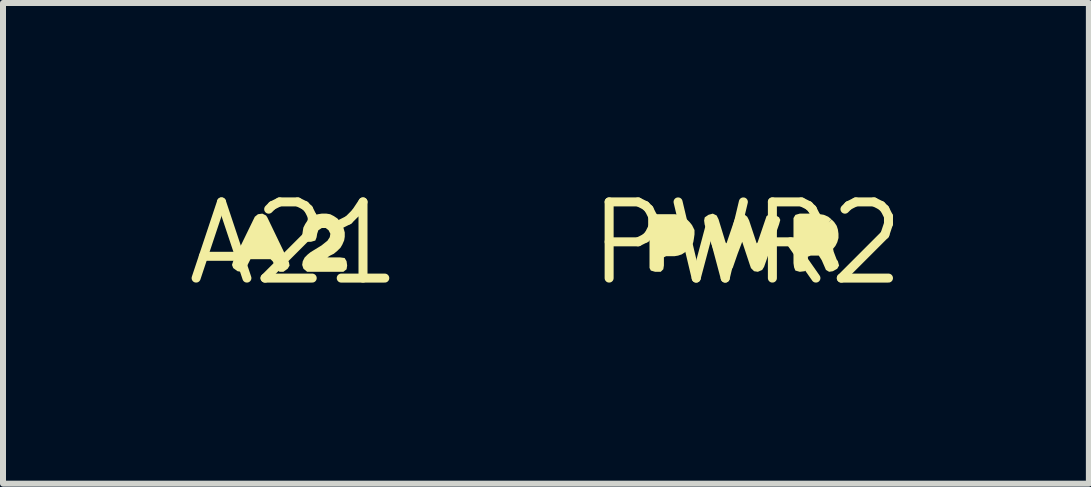
<source format=kicad_pcb>
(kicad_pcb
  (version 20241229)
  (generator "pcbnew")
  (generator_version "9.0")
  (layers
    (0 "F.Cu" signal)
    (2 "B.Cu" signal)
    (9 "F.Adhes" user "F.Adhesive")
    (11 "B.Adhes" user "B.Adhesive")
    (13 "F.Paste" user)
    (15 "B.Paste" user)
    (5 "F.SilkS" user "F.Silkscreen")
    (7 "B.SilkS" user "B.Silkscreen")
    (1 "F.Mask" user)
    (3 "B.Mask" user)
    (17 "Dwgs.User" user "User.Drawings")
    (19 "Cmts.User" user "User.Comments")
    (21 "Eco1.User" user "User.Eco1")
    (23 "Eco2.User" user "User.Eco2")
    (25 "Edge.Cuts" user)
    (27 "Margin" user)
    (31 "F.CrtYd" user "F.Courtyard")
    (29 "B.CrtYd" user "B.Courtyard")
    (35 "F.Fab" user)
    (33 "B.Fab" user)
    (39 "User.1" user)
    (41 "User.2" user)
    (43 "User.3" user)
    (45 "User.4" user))
  (footprint "PWR2"
    (layer "F.Cu")
    (at 9.402 1.006)
    (property "Reference" "PWR2" (at 0 0 0) (layer "F.SilkS") (effects (font (size 1.27 1.27) (thickness 0.15))))
    (fp_poly (pts (xy -1.128 -0.475) (xy -1.067 -0.444) (xy -1.007 -0.404) (xy -0.956 -0.353) (xy -0.916 -0.303) (xy -0.875 -0.221) (xy -0.875 -0.15) (xy -0.885 -0.079) (xy -0.895 -0.019) (xy -0.926 0.053) (xy -0.967 0.104) (xy -1.084 0.182) (xy -1.083 0.183) (xy -1.088 0.185) (xy -1.092 0.187) (xy -1.093 0.186) (xy -1.149 0.205) (xy -1.21 0.215) (xy -1.349 0.215) (xy -1.385 0.233) (xy -1.385 0.37) (xy -1.395 0.432) (xy -1.438 0.475) (xy -1.531 0.475) (xy -1.603 0.454) (xy -1.625 0.411) (xy -1.625 -0.411) (xy -1.604 -0.464) (xy -1.541 -0.485) (xy -1.2 -0.485)) (stroke (width 0) (type default)) (fill yes) (layer "F.SilkS"))
    (fp_poly (pts (xy 0.462 -0.475) (xy 0.534 -0.434) (xy 0.555 -0.39) (xy 0.535 -0.318) (xy 0.285 0.392) (xy 0.253 0.444) (xy 0.181 0.475) (xy 0.118 0.465) (xy 0.066 0.413) (xy 0.045 0.352) (xy -0.08 -0.025) (xy -0.155 0.172) (xy -0.235 0.402) (xy -0.277 0.465) (xy -0.35 0.475) (xy -0.413 0.454) (xy -0.454 0.402) (xy -0.705 -0.309) (xy -0.715 -0.38) (xy -0.704 -0.433) (xy -0.642 -0.475) (xy -0.57 -0.495) (xy -0.506 -0.464) (xy -0.475 -0.402) (xy -0.356 -0.013) (xy -0.342 0.001) (xy -0.215 -0.372) (xy -0.184 -0.444) (xy -0.122 -0.475) (xy -0.049 -0.485) (xy 0.004 -0.443) (xy 0.035 -0.382) (xy 0.162 0.001) (xy 0.176 -0.013) (xy 0.326 -0.453) (xy 0.389 -0.495)) (stroke (width 0) (type default)) (fill yes) (layer "F.SilkS"))
    (fp_poly (pts (xy 1.281 -0.475) (xy 1.353 -0.444) (xy 1.407 -0.401) (xy 1.36 -0.347) (xy 1.41 -0.397) (xy 1.454 -0.353) (xy 1.495 -0.292) (xy 1.515 -0.231) (xy 1.525 -0.16) (xy 1.525 -0.089) (xy 1.505 -0.018) (xy 1.474 0.043) (xy 1.435 0.091) (xy 1.445 0.139) (xy 1.494 0.268) (xy 1.515 0.298) (xy 1.535 0.371) (xy 1.504 0.424) (xy 1.432 0.465) (xy 1.369 0.475) (xy 1.316 0.443) (xy 1.246 0.282) (xy 1.197 0.205) (xy 1.061 0.205) (xy 1.015 0.223) (xy 1.015 0.36) (xy 1.005 0.422) (xy 0.962 0.465) (xy 0.88 0.475) (xy 0.806 0.454) (xy 0.785 0.401) (xy 0.775 0.33) (xy 0.775 -0.421) (xy 0.807 -0.474) (xy 0.879 -0.495) (xy 1.16 -0.495)) (stroke (width 0) (type default)) (fill yes) (layer "F.SilkS")))
  (footprint "A21"
    (layer "F.Cu")
    (at 1.852 1.006)
    (property "Reference" "A21" (at 0 0 0) (layer "F.SilkS") (effects (font (size 1.27 1.27) (thickness 0.15))))
    (fp_poly (pts (xy -0.467 -0.464) (xy -0.446 -0.432) (xy -0.085 0.318) (xy -0.075 0.371) (xy -0.106 0.423) (xy -0.178 0.475) (xy -0.242 0.475) (xy -0.294 0.433) (xy -0.354 0.303) (xy -0.392 0.265) (xy -0.727 0.265) (xy -0.786 0.382) (xy -0.816 0.444) (xy -0.879 0.475) (xy -0.942 0.465) (xy -1.014 0.413) (xy -1.035 0.36) (xy -1.015 0.298) (xy -0.684 -0.382) (xy -0.654 -0.443) (xy -0.602 -0.485) (xy -0.529 -0.495)) (stroke (width 0) (type default)) (fill yes) (layer "F.SilkS"))
    (fp_poly (pts (xy 0.602 -0.485) (xy 0.663 -0.454) (xy 0.723 -0.414) (xy 0.764 -0.363) (xy 0.804 -0.312) (xy 0.825 -0.251) (xy 0.845 -0.181) (xy 0.845 -0.11) (xy 0.835 -0.049) (xy 0.804 0.022) (xy 0.774 0.073) (xy 0.723 0.124) (xy 0.663 0.174) (xy 0.602 0.204) (xy 0.558 0.231) (xy 0.562 0.235) (xy 0.77 0.235) (xy 0.843 0.245) (xy 0.875 0.298) (xy 0.885 0.37) (xy 0.875 0.433) (xy 0.822 0.475) (xy 0.218 0.475) (xy 0.156 0.423) (xy 0.135 0.36) (xy 0.145 0.298) (xy 0.176 0.237) (xy 0.227 0.186) (xy 0.277 0.146) (xy 0.457 0.036) (xy 0.507 -0.004) (xy 0.556 -0.043) (xy 0.595 -0.102) (xy 0.605 -0.159) (xy 0.576 -0.217) (xy 0.528 -0.255) (xy 0.462 -0.255) (xy 0.404 -0.217) (xy 0.385 -0.159) (xy 0.375 -0.099) (xy 0.354 -0.046) (xy 0.281 -0.025) (xy 0.188 -0.025) (xy 0.145 -0.068) (xy 0.135 -0.13) (xy 0.145 -0.201) (xy 0.155 -0.262) (xy 0.186 -0.323) (xy 0.226 -0.383) (xy 0.277 -0.434) (xy 0.328 -0.465) (xy 0.399 -0.485) (xy 0.46 -0.495) (xy 0.54 -0.495)) (stroke (width 0) (type default)) (fill yes) (layer "F.SilkS")))
  (gr_rect
    (start -3 -3)
    (end 15.101 5.012)
    (stroke (width 0.1) (type default))
    (fill no)
    (layer "Edge.Cuts")))
</source>
